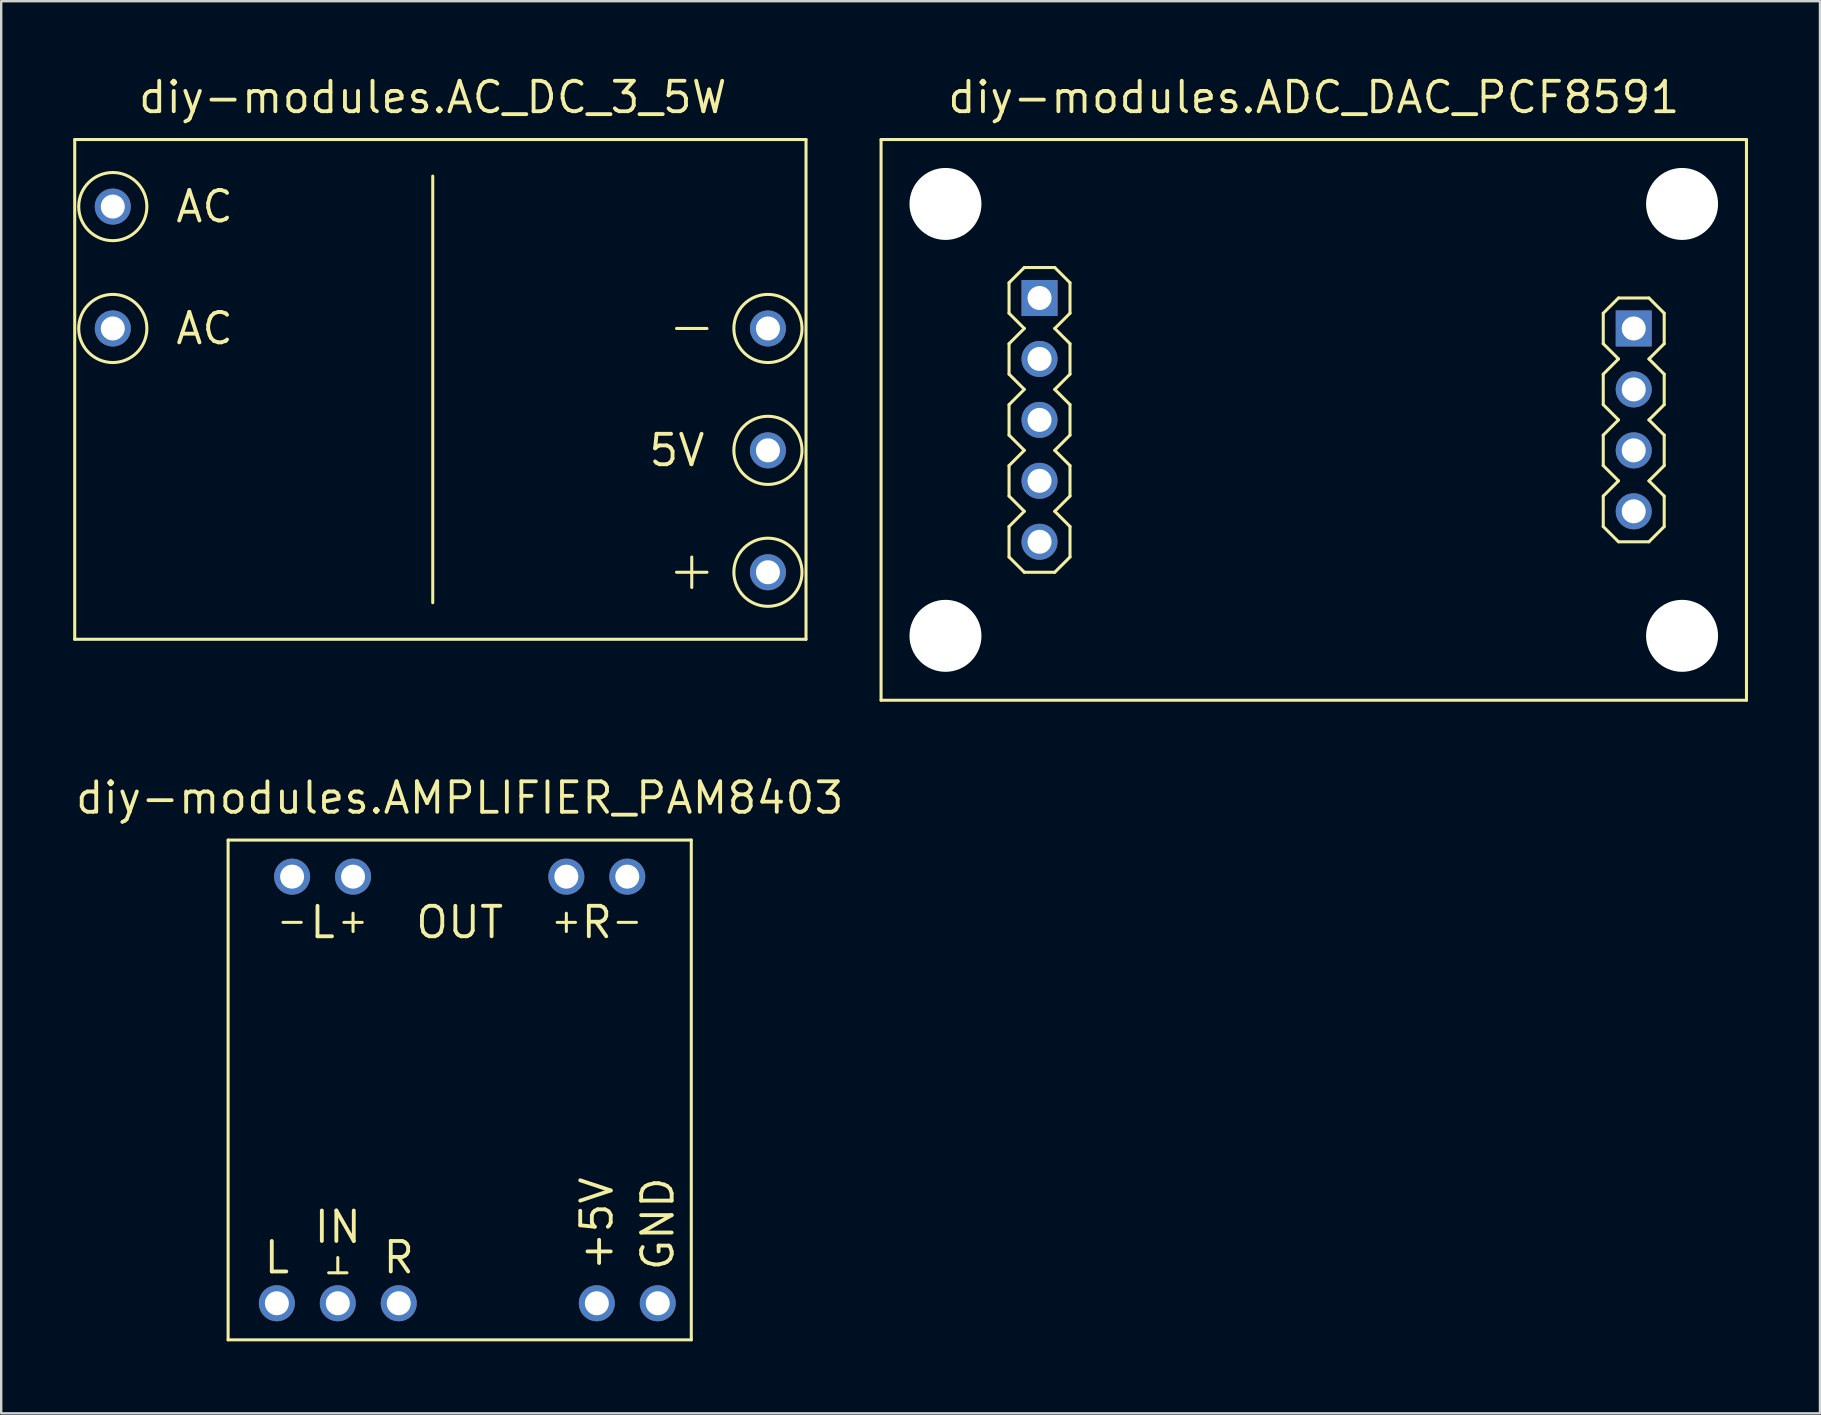
<source format=kicad_pcb>
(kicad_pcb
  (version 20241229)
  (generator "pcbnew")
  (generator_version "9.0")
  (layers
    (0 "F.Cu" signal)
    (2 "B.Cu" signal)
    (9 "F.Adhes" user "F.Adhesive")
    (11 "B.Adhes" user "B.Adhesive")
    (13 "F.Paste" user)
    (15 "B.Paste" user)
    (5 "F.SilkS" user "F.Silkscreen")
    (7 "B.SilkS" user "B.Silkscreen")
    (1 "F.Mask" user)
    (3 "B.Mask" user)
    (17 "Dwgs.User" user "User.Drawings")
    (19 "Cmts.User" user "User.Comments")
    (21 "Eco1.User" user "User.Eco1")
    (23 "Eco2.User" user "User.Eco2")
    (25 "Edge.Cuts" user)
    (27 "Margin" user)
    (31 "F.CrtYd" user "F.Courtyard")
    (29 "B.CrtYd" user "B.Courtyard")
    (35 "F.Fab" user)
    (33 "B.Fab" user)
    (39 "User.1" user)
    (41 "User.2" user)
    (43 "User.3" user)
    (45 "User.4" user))
  (footprint "diy-modules.ADC_DAC_PCF8591"
    (layer "F.Cu")
    (at 51.705 14.45)
    (property "Reference" "diy-modules.ADC_DAC_PCF8591" (at 0 -12.7 0) (layer "F.SilkS") (effects (font (size 1.27 1.27) (thickness 0.16)) (justify bottom)))
    (attr through_hole)
    (fp_line (start -18.034 -11.684) (end 18.034 -11.684) (stroke (width 0.127) (type default)) (layer "F.SilkS"))
    (fp_line (start -18.034 11.684) (end -18.034 -11.684) (stroke (width 0.127) (type default)) (layer "F.SilkS"))
    (fp_line (start -12.7 -5.715) (end -12.065 -6.35) (stroke (width 0.127) (type default)) (layer "F.SilkS"))
    (fp_line (start -12.7 -4.445) (end -12.7 -5.715) (stroke (width 0.127) (type default)) (layer "F.SilkS"))
    (fp_line (start -12.7 -3.175) (end -12.065 -3.81) (stroke (width 0.127) (type default)) (layer "F.SilkS"))
    (fp_line (start -12.7 -1.905) (end -12.7 -3.175) (stroke (width 0.127) (type default)) (layer "F.SilkS"))
    (fp_line (start -12.7 -0.635) (end -12.065 -1.27) (stroke (width 0.127) (type default)) (layer "F.SilkS"))
    (fp_line (start -12.7 0.635) (end -12.7 -0.635) (stroke (width 0.127) (type default)) (layer "F.SilkS"))
    (fp_line (start -12.7 1.905) (end -12.065 1.27) (stroke (width 0.127) (type default)) (layer "F.SilkS"))
    (fp_line (start -12.7 3.175) (end -12.7 1.905) (stroke (width 0.127) (type default)) (layer "F.SilkS"))
    (fp_line (start -12.7 4.445) (end -12.065 3.81) (stroke (width 0.127) (type default)) (layer "F.SilkS"))
    (fp_line (start -12.7 5.715) (end -12.7 4.445) (stroke (width 0.127) (type default)) (layer "F.SilkS"))
    (fp_line (start -12.065 -6.35) (end -10.795 -6.35) (stroke (width 0.127) (type default)) (layer "F.SilkS"))
    (fp_line (start -12.065 -3.81) (end -12.7 -4.445) (stroke (width 0.127) (type default)) (layer "F.SilkS"))
    (fp_line (start -12.065 -1.27) (end -12.7 -1.905) (stroke (width 0.127) (type default)) (layer "F.SilkS"))
    (fp_line (start -12.065 1.27) (end -12.7 0.635) (stroke (width 0.127) (type default)) (layer "F.SilkS"))
    (fp_line (start -12.065 3.81) (end -12.7 3.175) (stroke (width 0.127) (type default)) (layer "F.SilkS"))
    (fp_line (start -12.065 6.35) (end -12.7 5.715) (stroke (width 0.127) (type default)) (layer "F.SilkS"))
    (fp_line (start -10.795 -6.35) (end -10.16 -5.715) (stroke (width 0.127) (type default)) (layer "F.SilkS"))
    (fp_line (start -10.795 -3.81) (end -10.16 -3.175) (stroke (width 0.127) (type default)) (layer "F.SilkS"))
    (fp_line (start -10.795 -1.27) (end -10.16 -0.635) (stroke (width 0.127) (type default)) (layer "F.SilkS"))
    (fp_line (start -10.795 1.27) (end -10.16 1.905) (stroke (width 0.127) (type default)) (layer "F.SilkS"))
    (fp_line (start -10.795 3.81) (end -10.16 4.445) (stroke (width 0.127) (type default)) (layer "F.SilkS"))
    (fp_line (start -10.795 6.35) (end -12.065 6.35) (stroke (width 0.127) (type default)) (layer "F.SilkS"))
    (fp_line (start -10.16 -5.715) (end -10.16 -4.445) (stroke (width 0.127) (type default)) (layer "F.SilkS"))
    (fp_line (start -10.16 -4.445) (end -10.795 -3.81) (stroke (width 0.127) (type default)) (layer "F.SilkS"))
    (fp_line (start -10.16 -3.175) (end -10.16 -1.905) (stroke (width 0.127) (type default)) (layer "F.SilkS"))
    (fp_line (start -10.16 -1.905) (end -10.795 -1.27) (stroke (width 0.127) (type default)) (layer "F.SilkS"))
    (fp_line (start -10.16 -0.635) (end -10.16 0.635) (stroke (width 0.127) (type default)) (layer "F.SilkS"))
    (fp_line (start -10.16 0.635) (end -10.795 1.27) (stroke (width 0.127) (type default)) (layer "F.SilkS"))
    (fp_line (start -10.16 1.905) (end -10.16 3.175) (stroke (width 0.127) (type default)) (layer "F.SilkS"))
    (fp_line (start -10.16 3.175) (end -10.795 3.81) (stroke (width 0.127) (type default)) (layer "F.SilkS"))
    (fp_line (start -10.16 4.445) (end -10.16 5.715) (stroke (width 0.127) (type default)) (layer "F.SilkS"))
    (fp_line (start -10.16 5.715) (end -10.795 6.35) (stroke (width 0.127) (type default)) (layer "F.SilkS"))
    (fp_line (start 12.065 -4.445) (end 12.7 -5.08) (stroke (width 0.127) (type default)) (layer "F.SilkS"))
    (fp_line (start 12.065 -3.175) (end 12.065 -4.445) (stroke (width 0.127) (type default)) (layer "F.SilkS"))
    (fp_line (start 12.065 -1.905) (end 12.7 -2.54) (stroke (width 0.127) (type default)) (layer "F.SilkS"))
    (fp_line (start 12.065 -0.635) (end 12.065 -1.905) (stroke (width 0.127) (type default)) (layer "F.SilkS"))
    (fp_line (start 12.065 0.635) (end 12.7 0) (stroke (width 0.127) (type default)) (layer "F.SilkS"))
    (fp_line (start 12.065 1.905) (end 12.065 0.635) (stroke (width 0.127) (type default)) (layer "F.SilkS"))
    (fp_line (start 12.065 3.175) (end 12.7 2.54) (stroke (width 0.127) (type default)) (layer "F.SilkS"))
    (fp_line (start 12.065 4.445) (end 12.065 3.175) (stroke (width 0.127) (type default)) (layer "F.SilkS"))
    (fp_line (start 12.7 -5.08) (end 13.97 -5.08) (stroke (width 0.127) (type default)) (layer "F.SilkS"))
    (fp_line (start 12.7 -2.54) (end 12.065 -3.175) (stroke (width 0.127) (type default)) (layer "F.SilkS"))
    (fp_line (start 12.7 0) (end 12.065 -0.635) (stroke (width 0.127) (type default)) (layer "F.SilkS"))
    (fp_line (start 12.7 2.54) (end 12.065 1.905) (stroke (width 0.127) (type default)) (layer "F.SilkS"))
    (fp_line (start 12.7 5.08) (end 12.065 4.445) (stroke (width 0.127) (type default)) (layer "F.SilkS"))
    (fp_line (start 13.97 -5.08) (end 14.605 -4.445) (stroke (width 0.127) (type default)) (layer "F.SilkS"))
    (fp_line (start 13.97 -2.54) (end 14.605 -1.905) (stroke (width 0.127) (type default)) (layer "F.SilkS"))
    (fp_line (start 13.97 0) (end 14.605 0.635) (stroke (width 0.127) (type default)) (layer "F.SilkS"))
    (fp_line (start 13.97 2.54) (end 14.605 3.175) (stroke (width 0.127) (type default)) (layer "F.SilkS"))
    (fp_line (start 13.97 5.08) (end 12.7 5.08) (stroke (width 0.127) (type default)) (layer "F.SilkS"))
    (fp_line (start 14.605 -4.445) (end 14.605 -3.175) (stroke (width 0.127) (type default)) (layer "F.SilkS"))
    (fp_line (start 14.605 -3.175) (end 13.97 -2.54) (stroke (width 0.127) (type default)) (layer "F.SilkS"))
    (fp_line (start 14.605 -1.905) (end 14.605 -0.635) (stroke (width 0.127) (type default)) (layer "F.SilkS"))
    (fp_line (start 14.605 -0.635) (end 13.97 0) (stroke (width 0.127) (type default)) (layer "F.SilkS"))
    (fp_line (start 14.605 0.635) (end 14.605 1.905) (stroke (width 0.127) (type default)) (layer "F.SilkS"))
    (fp_line (start 14.605 1.905) (end 13.97 2.54) (stroke (width 0.127) (type default)) (layer "F.SilkS"))
    (fp_line (start 14.605 3.175) (end 14.605 4.445) (stroke (width 0.127) (type default)) (layer "F.SilkS"))
    (fp_line (start 14.605 4.445) (end 13.97 5.08) (stroke (width 0.127) (type default)) (layer "F.SilkS"))
    (fp_line (start 18.034 -11.684) (end 18.034 11.684) (stroke (width 0.127) (type default)) (layer "F.SilkS"))
    (fp_line (start 18.034 11.684) (end -18.034 11.684) (stroke (width 0.127) (type default)) (layer "F.SilkS"))
    (pad "" np_thru_hole circle (at -15.35 -9) (size 3 3) (drill 3) (layers "*.Cu" "*.Mask"))
    (pad "" np_thru_hole circle (at -15.35 9) (size 3 3) (drill 3) (layers "*.Cu" "*.Mask"))
    (pad "" np_thru_hole circle (at 15.35 -9) (size 3 3) (drill 3) (layers "*.Cu" "*.Mask"))
    (pad "" np_thru_hole circle (at 15.35 9) (size 3 3) (drill 3) (layers "*.Cu" "*.Mask"))
    (pad "J1.1" thru_hole rect (at -11.43 -5.08) (size 1.5 1.5) (drill 1) (layers "*.Cu" "*.Mask"))
    (pad "J1.2" thru_hole circle (at -11.43 -2.54) (size 1.5 1.5) (drill 1) (layers "*.Cu" "*.Mask"))
    (pad "J1.3" thru_hole circle (at -11.43 0) (size 1.5 1.5) (drill 1) (layers "*.Cu" "*.Mask"))
    (pad "J1.4" thru_hole circle (at -11.43 2.54) (size 1.5 1.5) (drill 1) (layers "*.Cu" "*.Mask"))
    (pad "J1.5" thru_hole circle (at -11.43 5.08) (size 1.5 1.5) (drill 1) (layers "*.Cu" "*.Mask"))
    (pad "J2.1" thru_hole rect (at 13.335 -3.81) (size 1.5 1.5) (drill 1) (layers "*.Cu" "*.Mask"))
    (pad "J2.2" thru_hole circle (at 13.335 -1.27) (size 1.5 1.5) (drill 1) (layers "*.Cu" "*.Mask"))
    (pad "J2.3" thru_hole circle (at 13.335 1.27) (size 1.5 1.5) (drill 1) (layers "*.Cu" "*.Mask"))
    (pad "J2.4" thru_hole circle (at 13.335 3.81) (size 1.5 1.5) (drill 1) (layers "*.Cu" "*.Mask")))
  (footprint "diy-modules.AC_DC_3_5W"
    (layer "F.Cu")
    (at 14.986 13.18)
    (property "Reference" "diy-modules.AC_DC_3_5W" (at 0 -11.43 0) (layer "F.SilkS") (effects (font (size 1.27 1.27) (thickness 0.16)) (justify bottom)))
    (attr through_hole)
    (fp_line (start -14.922 -10.414) (end 15.557 -10.414) (stroke (width 0.127) (type default)) (layer "F.SilkS"))
    (fp_line (start -14.922 10.414) (end -14.922 -10.414) (stroke (width 0.127) (type default)) (layer "F.SilkS"))
    (fp_line (start 0 -8.89) (end 0 8.89) (stroke (width 0.127) (type default)) (layer "F.SilkS"))
    (fp_line (start 10.795 8.255) (end 10.795 6.985) (stroke (width 0.127) (type default)) (layer "F.SilkS"))
    (fp_line (start 11.43 -2.54) (end 10.16 -2.54) (stroke (width 0.127) (type default)) (layer "F.SilkS"))
    (fp_line (start 11.43 7.62) (end 10.16 7.62) (stroke (width 0.127) (type default)) (layer "F.SilkS"))
    (fp_line (start 15.557 -10.414) (end 15.557 10.414) (stroke (width 0.127) (type default)) (layer "F.SilkS"))
    (fp_line (start 15.557 10.414) (end -14.922 10.414) (stroke (width 0.127) (type default)) (layer "F.SilkS"))
    (fp_circle (center -13.335 -7.62) (end -11.915 -7.62) (stroke (width 0.127) (type default)) (fill no) (layer "F.SilkS"))
    (fp_circle (center -13.335 -2.54) (end -11.915 -2.54) (stroke (width 0.127) (type default)) (fill no) (layer "F.SilkS"))
    (fp_circle (center 13.97 -2.54) (end 15.39 -2.54) (stroke (width 0.127) (type default)) (fill no) (layer "F.SilkS"))
    (fp_circle (center 13.97 2.54) (end 15.39 2.54) (stroke (width 0.127) (type default)) (fill no) (layer "F.SilkS"))
    (fp_circle (center 13.97 7.62) (end 15.39 7.62) (stroke (width 0.127) (type default)) (fill no) (layer "F.SilkS"))
    (fp_text user "AC" (at -10.795 -7.62 0) (layer "F.SilkS") (effects (font (size 1.27 1.27) (thickness 0.16)) (justify left)))
    (fp_text user "5V" (at 11.43 2.54 0) (layer "F.SilkS") (effects (font (size 1.27 1.27) (thickness 0.16)) (justify right)))
    (fp_text user "AC" (at -10.795 -2.54 0) (layer "F.SilkS") (effects (font (size 1.27 1.27) (thickness 0.16)) (justify left)))
    (pad "J1.1" thru_hole circle (at -13.335 -7.62) (size 1.5 1.5) (drill 1) (layers "*.Cu" "*.Mask"))
    (pad "J1.2" thru_hole circle (at -13.335 -2.54) (size 1.5 1.5) (drill 1) (layers "*.Cu" "*.Mask"))
    (pad "J2.1" thru_hole circle (at 13.97 -2.54) (size 1.5 1.5) (drill 1) (layers "*.Cu" "*.Mask"))
    (pad "J2.2" thru_hole circle (at 13.97 2.54) (size 1.5 1.5) (drill 1) (layers "*.Cu" "*.Mask"))
    (pad "J2.3" thru_hole circle (at 13.97 7.62) (size 1.5 1.5) (drill 1) (layers "*.Cu" "*.Mask")))
  (footprint "diy-modules.AMPLIFIER_PAM8403"
    (layer "F.Cu")
    (at 16.109 42.377)
    (property "Reference" "diy-modules.AMPLIFIER_PAM8403" (at 0 -11.43 0) (layer "F.SilkS") (effects (font (size 1.27 1.27) (thickness 0.16)) (justify bottom)))
    (attr through_hole)
    (fp_line (start -9.652 -10.414) (end 9.652 -10.414) (stroke (width 0.127) (type default)) (layer "F.SilkS"))
    (fp_line (start -9.652 10.414) (end -9.652 -10.414) (stroke (width 0.127) (type default)) (layer "F.SilkS"))
    (fp_line (start -6.604 -6.985) (end -7.366 -6.985) (stroke (width 0.127) (type default)) (layer "F.SilkS"))
    (fp_line (start -5.461 7.62) (end -4.699 7.62) (stroke (width 0.127) (type default)) (layer "F.SilkS"))
    (fp_line (start -5.08 6.985) (end -5.08 7.62) (stroke (width 0.127) (type default)) (layer "F.SilkS"))
    (fp_line (start -4.826 -6.985) (end -4.064 -6.985) (stroke (width 0.127) (type default)) (layer "F.SilkS"))
    (fp_line (start -4.445 -7.366) (end -4.445 -6.604) (stroke (width 0.127) (type default)) (layer "F.SilkS"))
    (fp_line (start 4.064 -6.985) (end 4.826 -6.985) (stroke (width 0.127) (type default)) (layer "F.SilkS"))
    (fp_line (start 4.445 -7.366) (end 4.445 -6.604) (stroke (width 0.127) (type default)) (layer "F.SilkS"))
    (fp_line (start 6.604 -6.985) (end 7.366 -6.985) (stroke (width 0.127) (type default)) (layer "F.SilkS"))
    (fp_line (start 9.652 -10.414) (end 9.652 10.414) (stroke (width 0.127) (type default)) (layer "F.SilkS"))
    (fp_line (start 9.652 10.414) (end -9.652 10.414) (stroke (width 0.127) (type default)) (layer "F.SilkS"))
    (fp_text user "IN" (at -5.08 5.715 0) (layer "F.SilkS") (effects (font (size 1.27 1.27) (thickness 0.16))))
    (fp_text user "+5V" (at 5.715 7.62 90) (layer "F.SilkS") (effects (font (size 1.27 1.27) (thickness 0.16)) (justify left)))
    (fp_text user "L" (at -7.62 6.985 0) (layer "F.SilkS") (effects (font (size 1.27 1.27) (thickness 0.16))))
    (fp_text user "L" (at -5.715 -6.985 0) (layer "F.SilkS") (effects (font (size 1.27 1.27) (thickness 0.16))))
    (fp_text user "GND" (at 8.255 7.62 90) (layer "F.SilkS") (effects (font (size 1.27 1.27) (thickness 0.16)) (justify left)))
    (fp_text user "R" (at -2.54 6.985 0) (layer "F.SilkS") (effects (font (size 1.27 1.27) (thickness 0.16))))
    (fp_text user "R" (at 5.715 -6.985 0) (layer "F.SilkS") (effects (font (size 1.27 1.27) (thickness 0.16))))
    (fp_text user "OUT" (at 0 -6.985 0) (layer "F.SilkS") (effects (font (size 1.27 1.27) (thickness 0.16))))
    (pad "+5V" thru_hole circle (at 5.715 8.89) (size 1.5 1.5) (drill 1) (layers "*.Cu" "*.Mask"))
    (pad "GND" thru_hole circle (at 8.255 8.89) (size 1.5 1.5) (drill 1) (layers "*.Cu" "*.Mask"))
    (pad "IN.COM" thru_hole circle (at -5.08 8.89) (size 1.5 1.5) (drill 1) (layers "*.Cu" "*.Mask"))
    (pad "IN.L" thru_hole circle (at -7.62 8.89) (size 1.5 1.5) (drill 1) (layers "*.Cu" "*.Mask"))
    (pad "IN.R" thru_hole circle (at -2.54 8.89) (size 1.5 1.5) (drill 1) (layers "*.Cu" "*.Mask"))
    (pad "OUT.L+" thru_hole circle (at -4.445 -8.89) (size 1.5 1.5) (drill 1) (layers "*.Cu" "*.Mask"))
    (pad "OUT.L-" thru_hole circle (at -6.985 -8.89) (size 1.5 1.5) (drill 1) (layers "*.Cu" "*.Mask"))
    (pad "OUT.R+" thru_hole circle (at 4.445 -8.89) (size 1.5 1.5) (drill 1) (layers "*.Cu" "*.Mask"))
    (pad "OUT.R-" thru_hole circle (at 6.985 -8.89) (size 1.5 1.5) (drill 1) (layers "*.Cu" "*.Mask")))
  (gr_rect
    (start -3 -3)
    (end 72.802 55.855)
    (stroke (width 0.1) (type default))
    (fill no)
    (layer "Edge.Cuts")))
</source>
